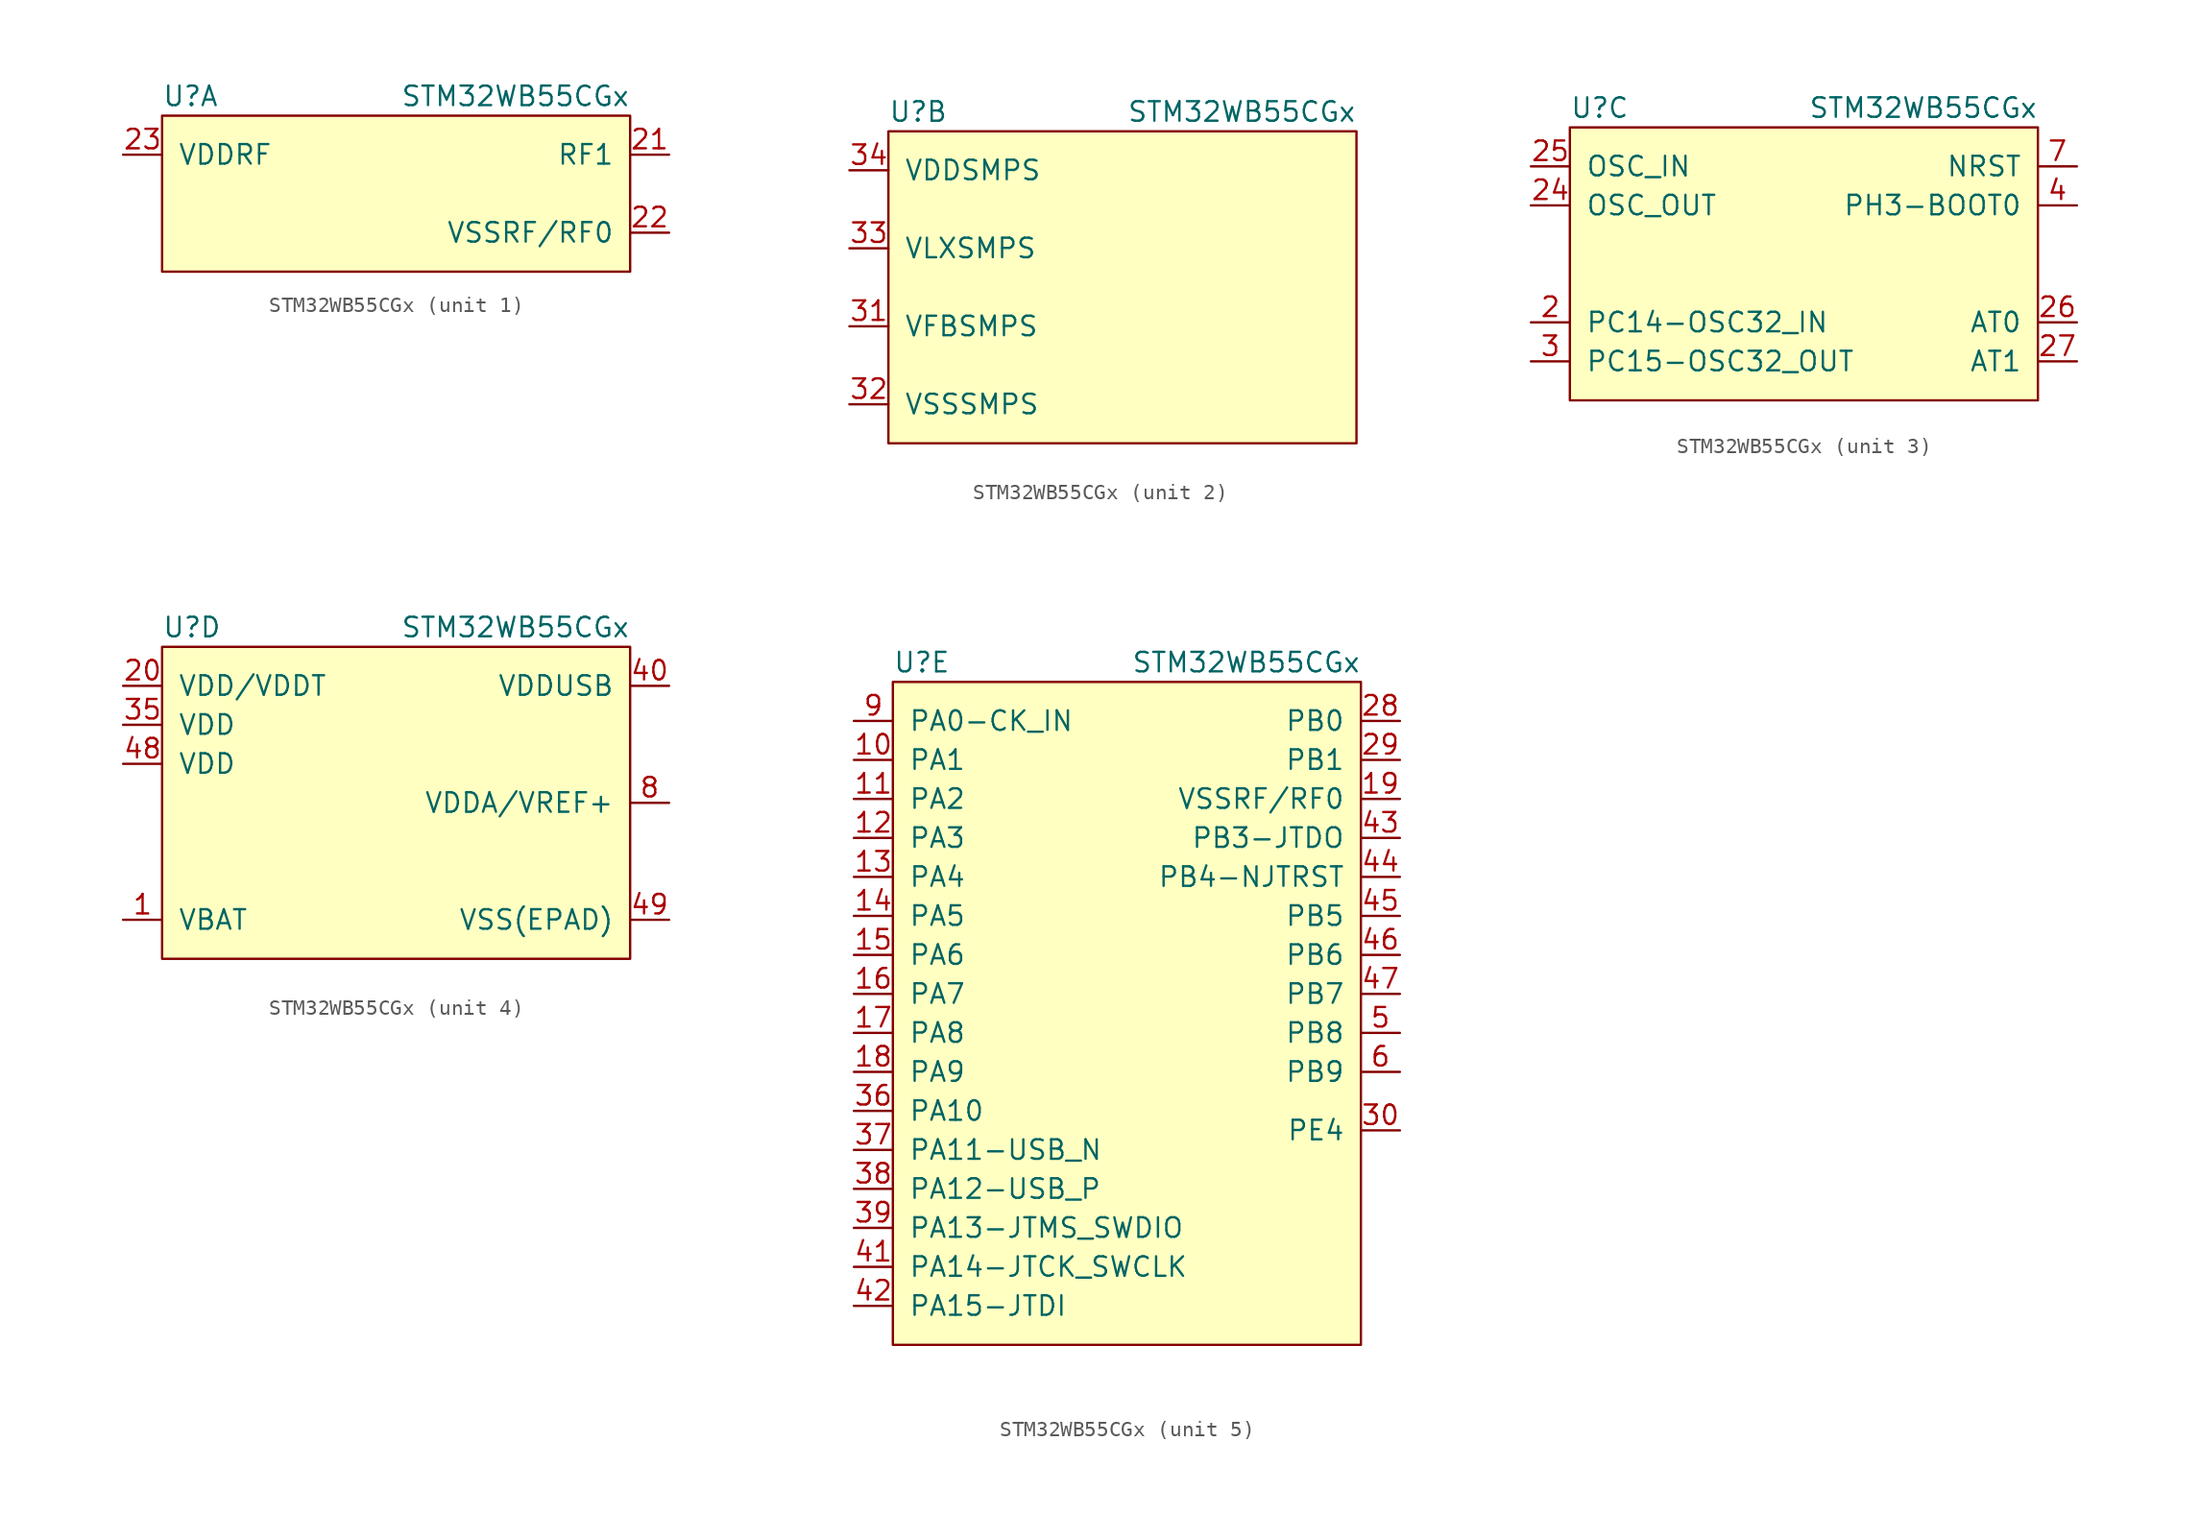
<source format=kicad_sym>
(kicad_symbol_lib
  (version 20211014)
  (generator kicad_symbol_editor)
  (symbol "STM32WB55CGx"
    (pin_names
      (offset 1.016))
    (property "Reference" "U"
      (at 0 1.27 0)
      (effects (font (size 1.27 1.27)) (justify left)))
    (property "Value" "STM32WB55CGx"
      (at 30.48 1.27 0)
      (effects (font (size 1.27 1.27)) (justify right)))
    (symbol "STM32WB55CGx_1_1"
      (rectangle (start 0 0) (end 30.48 -10.16) (stroke (width 0) (type default) (color 0 0 0 0)) (fill (type background)))
      (pin passive line (at 33.02 -2.54 180) (length 2.54) (name "RF1" (effects (font (size 1.27 1.27)))) (number "21" (effects (font (size 1.27 1.27)))))
      (pin passive line (at 33.02 -7.62 180) (length 2.54) (name "VSSRF/RF0" (effects (font (size 1.27 1.27)))) (number "22" (effects (font (size 1.27 1.27)))))
      (pin passive line (at -2.54 -2.54 0) (length 2.54) (name "VDDRF" (effects (font (size 1.27 1.27)))) (number "23" (effects (font (size 1.27 1.27))))))
    (symbol "STM32WB55CGx_2_1"
      (rectangle (start 0 0) (end 30.48 -20.32) (stroke (width 0) (type default) (color 0 0 0 0)) (fill (type background)))
      (pin passive line (at -2.54 -12.7 0) (length 2.54) (name "VFBSMPS" (effects (font (size 1.27 1.27)))) (number "31" (effects (font (size 1.27 1.27)))))
      (pin passive line (at -2.54 -17.78 0) (length 2.54) (name "VSSSMPS" (effects (font (size 1.27 1.27)))) (number "32" (effects (font (size 1.27 1.27)))))
      (pin passive line (at -2.54 -7.62 0) (length 2.54) (name "VLXSMPS" (effects (font (size 1.27 1.27)))) (number "33" (effects (font (size 1.27 1.27)))))
      (pin passive line (at -2.54 -2.54 0) (length 2.54) (name "VDDSMPS" (effects (font (size 1.27 1.27)))) (number "34" (effects (font (size 1.27 1.27))))))
    (symbol "STM32WB55CGx_3_1"
      (rectangle (start 0 0) (end 30.48 -17.78) (stroke (width 0) (type default) (color 0 0 0 0)) (fill (type background)))
      (pin passive line (at -2.54 -12.7 0) (length 2.54) (name "PC14-OSC32_IN" (effects (font (size 1.27 1.27)))) (number "2" (effects (font (size 1.27 1.27)))))
      (pin passive line (at -2.54 -5.08 0) (length 2.54) (name "OSC_OUT" (effects (font (size 1.27 1.27)))) (number "24" (effects (font (size 1.27 1.27)))))
      (pin passive line (at -2.54 -2.54 0) (length 2.54) (name "OSC_IN" (effects (font (size 1.27 1.27)))) (number "25" (effects (font (size 1.27 1.27)))))
      (pin passive line (at 33.02 -12.7 180) (length 2.54) (name "AT0" (effects (font (size 1.27 1.27)))) (number "26" (effects (font (size 1.27 1.27)))))
      (pin passive line (at 33.02 -15.24 180) (length 2.54) (name "AT1" (effects (font (size 1.27 1.27)))) (number "27" (effects (font (size 1.27 1.27)))))
      (pin passive line (at -2.54 -15.24 0) (length 2.54) (name "PC15-OSC32_OUT" (effects (font (size 1.27 1.27)))) (number "3" (effects (font (size 1.27 1.27)))))
      (pin passive line (at 33.02 -5.08 180) (length 2.54) (name "PH3-BOOT0" (effects (font (size 1.27 1.27)))) (number "4" (effects (font (size 1.27 1.27)))))
      (pin passive line (at 33.02 -2.54 180) (length 2.54) (name "NRST" (effects (font (size 1.27 1.27)))) (number "7" (effects (font (size 1.27 1.27))))))
    (symbol "STM32WB55CGx_4_1"
      (rectangle (start 0 0) (end 30.48 -20.32) (stroke (width 0) (type default) (color 0 0 0 0)) (fill (type background)))
      (pin power_in line (at -2.54 -17.78 0) (length 2.54) (name "VBAT" (effects (font (size 1.27 1.27)))) (number "1" (effects (font (size 1.27 1.27)))))
      (pin power_in line (at -2.54 -2.54 0) (length 2.54) (name "VDD/VDDT" (effects (font (size 1.27 1.27)))) (number "20" (effects (font (size 1.27 1.27)))))
      (pin power_in line (at -2.54 -5.08 0) (length 2.54) (name "VDD" (effects (font (size 1.27 1.27)))) (number "35" (effects (font (size 1.27 1.27)))))
      (pin power_in line (at 33.02 -2.54 180) (length 2.54) (name "VDDUSB" (effects (font (size 1.27 1.27)))) (number "40" (effects (font (size 1.27 1.27)))))
      (pin power_in line (at -2.54 -7.62 0) (length 2.54) (name "VDD" (effects (font (size 1.27 1.27)))) (number "48" (effects (font (size 1.27 1.27)))))
      (pin power_in line (at 33.02 -17.78 180) (length 2.54) (name "VSS(EPAD)" (effects (font (size 1.27 1.27)))) (number "49" (effects (font (size 1.27 1.27)))))
      (pin power_in line (at 33.02 -10.16 180) (length 2.54) (name "VDDA/VREF+" (effects (font (size 1.27 1.27)))) (number "8" (effects (font (size 1.27 1.27))))))
    (symbol "STM32WB55CGx_5_1"
      (rectangle (start 0 0) (end 30.48 -43.18) (stroke (width 0) (type default) (color 0 0 0 0)) (fill (type background)))
      (pin bidirectional line (at -2.54 -5.08 0) (length 2.54) (name "PA1" (effects (font (size 1.27 1.27)))) (number "10" (effects (font (size 1.27 1.27)))))
      (pin bidirectional line (at -2.54 -7.62 0) (length 2.54) (name "PA2" (effects (font (size 1.27 1.27)))) (number "11" (effects (font (size 1.27 1.27)))))
      (pin bidirectional line (at -2.54 -10.16 0) (length 2.54) (name "PA3" (effects (font (size 1.27 1.27)))) (number "12" (effects (font (size 1.27 1.27)))))
      (pin bidirectional line (at -2.54 -12.7 0) (length 2.54) (name "PA4" (effects (font (size 1.27 1.27)))) (number "13" (effects (font (size 1.27 1.27)))))
      (pin bidirectional line (at -2.54 -15.24 0) (length 2.54) (name "PA5" (effects (font (size 1.27 1.27)))) (number "14" (effects (font (size 1.27 1.27)))))
      (pin bidirectional line (at -2.54 -17.78 0) (length 2.54) (name "PA6" (effects (font (size 1.27 1.27)))) (number "15" (effects (font (size 1.27 1.27)))))
      (pin bidirectional line (at -2.54 -20.32 0) (length 2.54) (name "PA7" (effects (font (size 1.27 1.27)))) (number "16" (effects (font (size 1.27 1.27)))))
      (pin bidirectional line (at -2.54 -22.86 0) (length 2.54) (name "PA8" (effects (font (size 1.27 1.27)))) (number "17" (effects (font (size 1.27 1.27)))))
      (pin bidirectional line (at -2.54 -25.4 0) (length 2.54) (name "PA9" (effects (font (size 1.27 1.27)))) (number "18" (effects (font (size 1.27 1.27)))))
      (pin passive line (at 33.02 -7.62 180) (length 2.54) (name "VSSRF/RF0" (effects (font (size 1.27 1.27)))) (number "19" (effects (font (size 1.27 1.27)))))
      (pin bidirectional line (at 33.02 -2.54 180) (length 2.54) (name "PB0" (effects (font (size 1.27 1.27)))) (number "28" (effects (font (size 1.27 1.27)))))
      (pin bidirectional line (at 33.02 -5.08 180) (length 2.54) (name "PB1" (effects (font (size 1.27 1.27)))) (number "29" (effects (font (size 1.27 1.27)))))
      (pin bidirectional line (at 33.02 -29.21 180) (length 2.54) (name "PE4" (effects (font (size 1.27 1.27)))) (number "30" (effects (font (size 1.27 1.27)))))
      (pin bidirectional line (at -2.54 -27.94 0) (length 2.54) (name "PA10" (effects (font (size 1.27 1.27)))) (number "36" (effects (font (size 1.27 1.27)))))
      (pin bidirectional line (at -2.54 -30.48 0) (length 2.54) (name "PA11-USB_N" (effects (font (size 1.27 1.27)))) (number "37" (effects (font (size 1.27 1.27)))))
      (pin bidirectional line (at -2.54 -33.02 0) (length 2.54) (name "PA12-USB_P" (effects (font (size 1.27 1.27)))) (number "38" (effects (font (size 1.27 1.27)))))
      (pin bidirectional line (at -2.54 -35.56 0) (length 2.54) (name "PA13-JTMS_SWDIO" (effects (font (size 1.27 1.27)))) (number "39" (effects (font (size 1.27 1.27)))))
      (pin bidirectional line (at -2.54 -38.1 0) (length 2.54) (name "PA14-JTCK_SWCLK" (effects (font (size 1.27 1.27)))) (number "41" (effects (font (size 1.27 1.27)))))
      (pin bidirectional line (at -2.54 -40.64 0) (length 2.54) (name "PA15-JTDI" (effects (font (size 1.27 1.27)))) (number "42" (effects (font (size 1.27 1.27)))))
      (pin bidirectional line (at 33.02 -10.16 180) (length 2.54) (name "PB3-JTDO" (effects (font (size 1.27 1.27)))) (number "43" (effects (font (size 1.27 1.27)))))
      (pin bidirectional line (at 33.02 -12.7 180) (length 2.54) (name "PB4-NJTRST" (effects (font (size 1.27 1.27)))) (number "44" (effects (font (size 1.27 1.27)))))
      (pin bidirectional line (at 33.02 -15.24 180) (length 2.54) (name "PB5" (effects (font (size 1.27 1.27)))) (number "45" (effects (font (size 1.27 1.27)))))
      (pin bidirectional line (at 33.02 -17.78 180) (length 2.54) (name "PB6" (effects (font (size 1.27 1.27)))) (number "46" (effects (font (size 1.27 1.27)))))
      (pin bidirectional line (at 33.02 -20.32 180) (length 2.54) (name "PB7" (effects (font (size 1.27 1.27)))) (number "47" (effects (font (size 1.27 1.27)))))
      (pin bidirectional line (at 33.02 -22.86 180) (length 2.54) (name "PB8" (effects (font (size 1.27 1.27)))) (number "5" (effects (font (size 1.27 1.27)))))
      (pin bidirectional line (at 33.02 -25.4 180) (length 2.54) (name "PB9" (effects (font (size 1.27 1.27)))) (number "6" (effects (font (size 1.27 1.27)))))
      (pin bidirectional line (at -2.54 -2.54 0) (length 2.54) (name "PA0-CK_IN" (effects (font (size 1.27 1.27)))) (number "9" (effects (font (size 1.27 1.27))))))))
</source>
